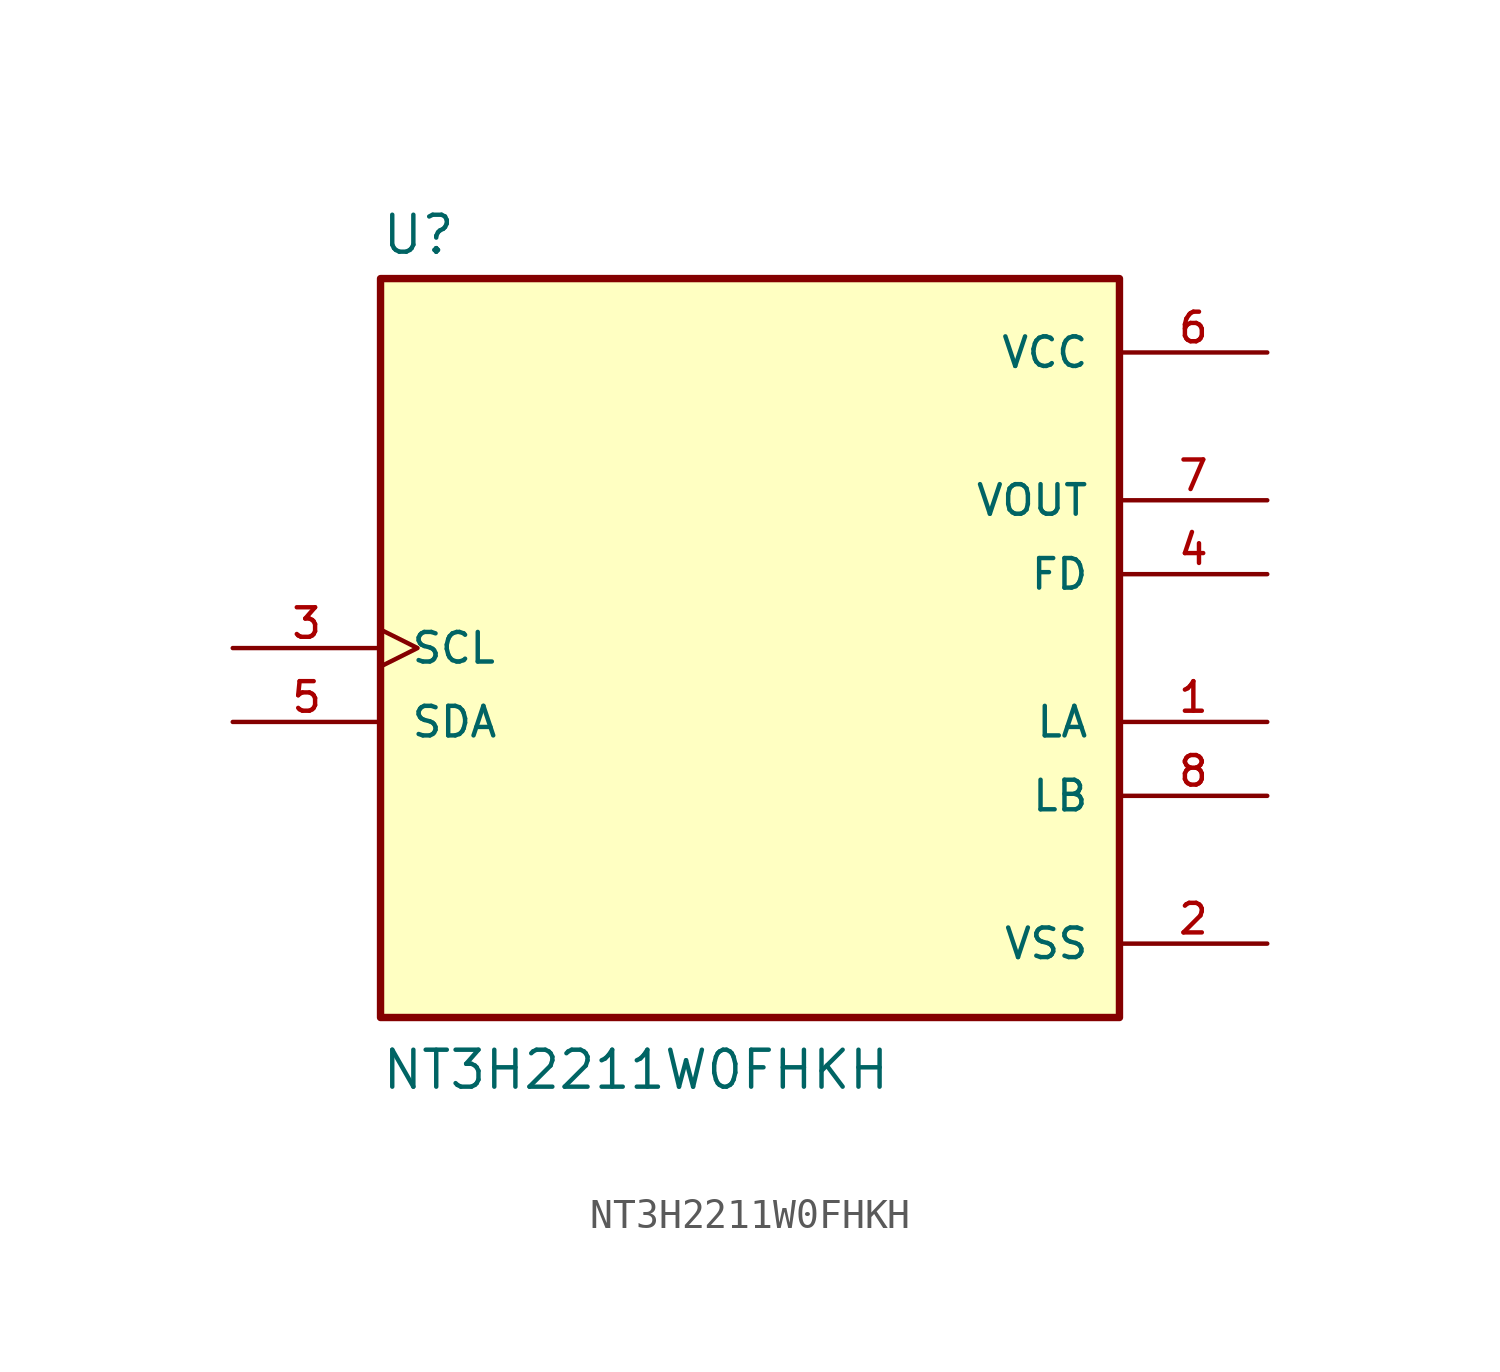
<source format=kicad_sym>
(kicad_symbol_lib
  (version 20211014)
  (generator kicad_symbol_editor)
  (symbol "NT3H2211W0FHKH"
    (pin_names
      (offset 1.016))
    (property "Reference" "U"
      (at -12.7 13.462 0)
      (effects (font (size 1.27 1.27)) (justify bottom left)))
    (property "Value" "NT3H2211W0FHKH"
      (at -12.7 -15.24 0)
      (effects (font (size 1.27 1.27)) (justify bottom left)))
    (symbol "NT3H2211W0FHKH_0_0"
      (rectangle (start -12.7 -12.7) (end 12.7 12.7) (stroke (width 0.254)) (fill (type background)))
      (pin bidirectional line (at 17.78 -2.54 180.0) (length 5.08) (name "LA" (effects (font (size 1.016 1.016)))) (number "1" (effects (font (size 1.016 1.016)))))
      (pin power_in line (at 17.78 -10.16 180.0) (length 5.08) (name "VSS" (effects (font (size 1.016 1.016)))) (number "2" (effects (font (size 1.016 1.016)))))
      (pin input clock (at -17.78 0.0 0) (length 5.08) (name "SCL" (effects (font (size 1.016 1.016)))) (number "3" (effects (font (size 1.016 1.016)))))
      (pin output line (at 17.78 2.54 180.0) (length 5.08) (name "FD" (effects (font (size 1.016 1.016)))) (number "4" (effects (font (size 1.016 1.016)))))
      (pin bidirectional line (at -17.78 -2.54 0) (length 5.08) (name "SDA" (effects (font (size 1.016 1.016)))) (number "5" (effects (font (size 1.016 1.016)))))
      (pin power_in line (at 17.78 10.16 180.0) (length 5.08) (name "VCC" (effects (font (size 1.016 1.016)))) (number "6" (effects (font (size 1.016 1.016)))))
      (pin bidirectional line (at 17.78 -5.08 180.0) (length 5.08) (name "LB" (effects (font (size 1.016 1.016)))) (number "8" (effects (font (size 1.016 1.016)))))
      (pin output line (at 17.78 5.08 180.0) (length 5.08) (name "VOUT" (effects (font (size 1.016 1.016)))) (number "7" (effects (font (size 1.016 1.016))))))))
</source>
